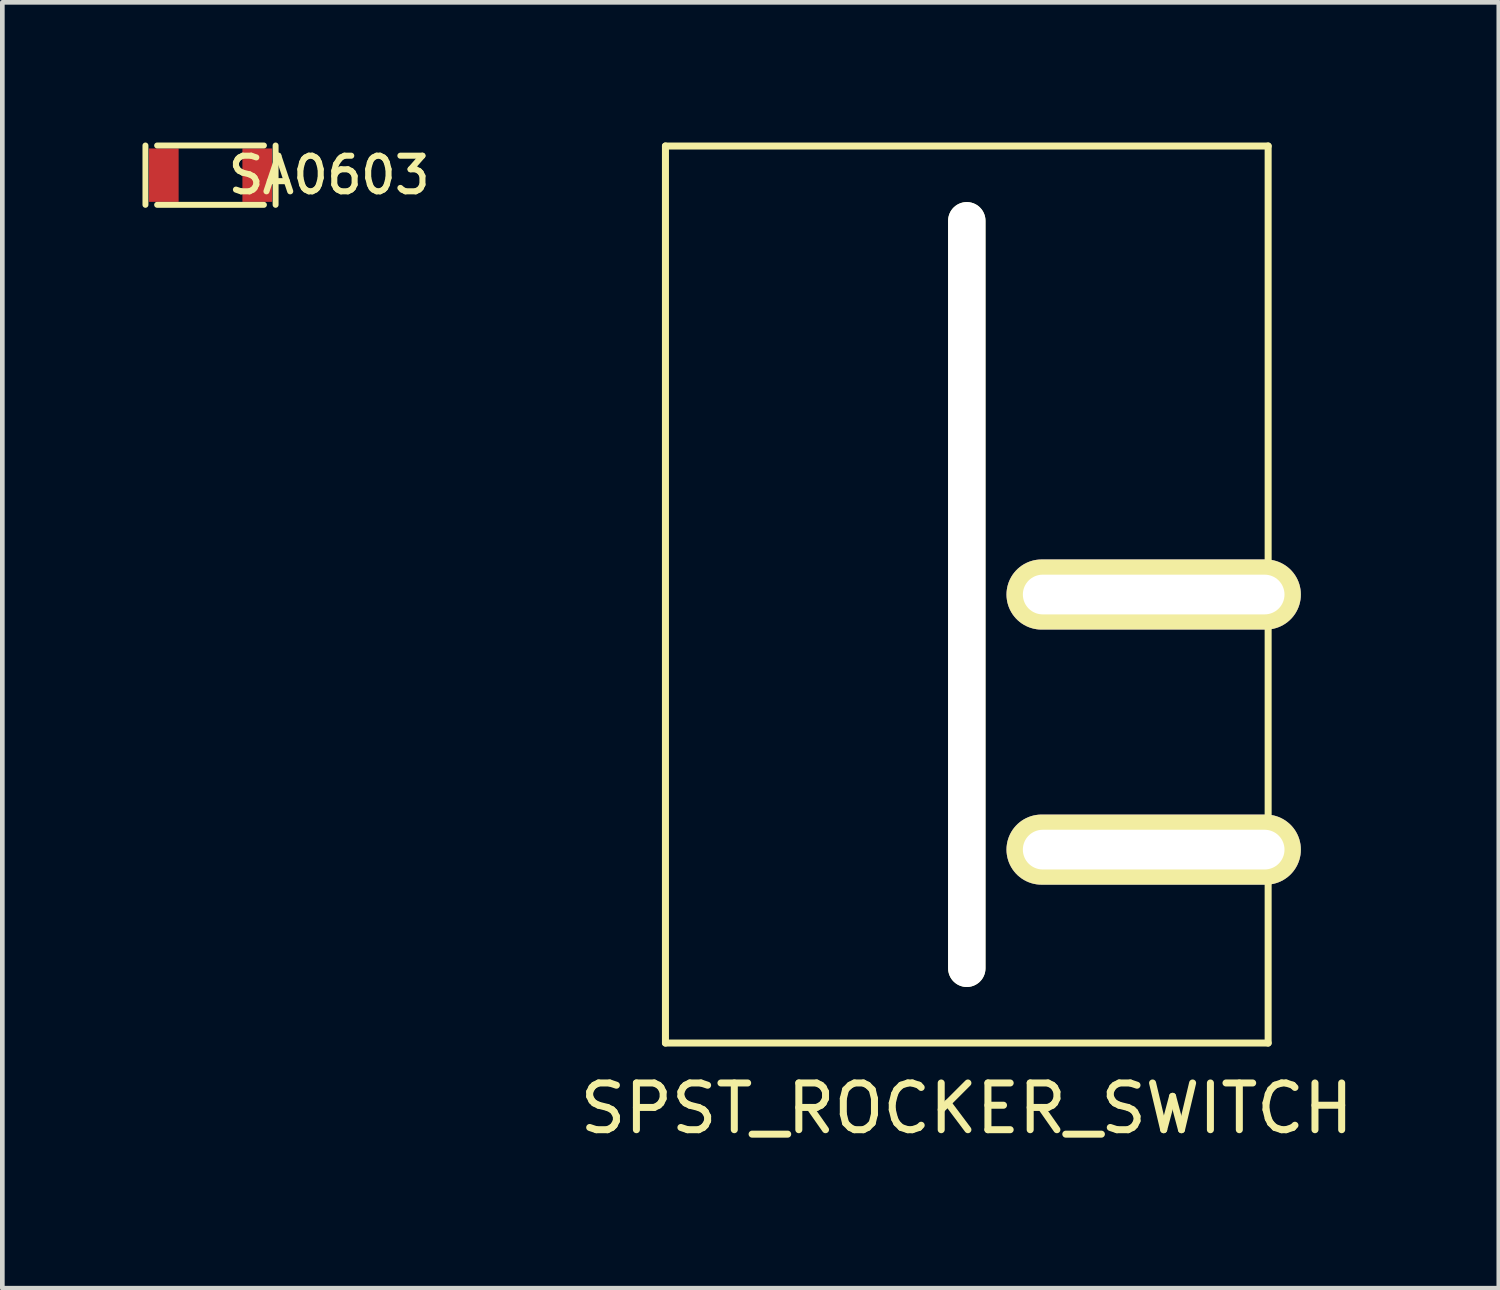
<source format=kicad_pcb>
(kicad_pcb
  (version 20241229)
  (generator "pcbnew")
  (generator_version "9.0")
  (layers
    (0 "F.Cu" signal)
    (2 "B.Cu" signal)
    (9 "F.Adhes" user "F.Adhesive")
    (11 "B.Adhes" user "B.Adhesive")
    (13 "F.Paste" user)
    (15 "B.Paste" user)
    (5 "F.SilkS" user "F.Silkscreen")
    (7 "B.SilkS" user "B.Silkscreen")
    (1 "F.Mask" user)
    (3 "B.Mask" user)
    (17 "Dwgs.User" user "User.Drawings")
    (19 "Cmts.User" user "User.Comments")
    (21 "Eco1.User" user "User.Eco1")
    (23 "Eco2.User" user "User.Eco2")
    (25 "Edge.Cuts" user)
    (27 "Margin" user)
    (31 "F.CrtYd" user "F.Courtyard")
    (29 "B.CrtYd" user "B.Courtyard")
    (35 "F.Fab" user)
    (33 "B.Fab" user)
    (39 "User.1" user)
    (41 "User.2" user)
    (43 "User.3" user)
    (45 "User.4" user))
  (footprint "SPST_ROCKER_SWITCH"
    (layer "F.Cu")
    (at 17.643 9.675)
    (property "Reference" "SPST_ROCKER_SWITCH" (at 0 11 0) (layer "F.SilkS") (effects (font (size 1 1) (thickness 0.15))))
    (attr through_hole)
    (fp_line (start -6.45 -9.6) (end -6.45 9.6) (stroke (width 0.15) (type solid)) (layer "F.SilkS"))
    (fp_line (start -6.45 9.6) (end 6.45 9.6) (stroke (width 0.15) (type solid)) (layer "F.SilkS"))
    (fp_line (start 6.45 -9.6) (end -6.45 -9.6) (stroke (width 0.15) (type solid)) (layer "F.SilkS"))
    (fp_line (start 6.45 9.6) (end 6.45 -9.6) (stroke (width 0.15) (type solid)) (layer "F.SilkS"))
    (pad "" np_thru_hole oval (at 0 0) (size 0.8 16.8) (drill oval 0.8 16.8) (layers "*.Cu" "*.Mask" "F.SilkS"))
    (pad "1" thru_hole oval (at 4 0) (size 6.3 1.5) (drill oval 5.6 0.85) (layers "*.Cu" "*.Mask" "F.SilkS"))
    (pad "2" thru_hole oval (at 4 5.46) (size 6.3 1.5) (drill oval 5.6 0.85) (layers "*.Cu" "*.Mask" "F.SilkS")))
  (footprint "SA0603"
    (layer "F.Cu")
    (at 1.456 0.699)
    (property "Reference" "SA0603" (at 2.54 0 0) (layer "F.SilkS") (effects (font (size 0.762 0.762) (thickness 0.13))))
    (attr smd)
    (fp_line (start -1.393 0.635) (end -1.393 -0.635) (stroke (width 0.127) (type solid)) (layer "F.SilkS"))
    (fp_line (start -1.143 -0.635) (end 1.143 -0.635) (stroke (width 0.127) (type solid)) (layer "F.SilkS"))
    (fp_line (start 1.143 0.635) (end -1.143 0.635) (stroke (width 0.127) (type solid)) (layer "F.SilkS"))
    (fp_line (start 1.393 -0.635) (end 1.393 0.635) (stroke (width 0.127) (type solid)) (layer "F.SilkS"))
    (pad "1" smd rect (at -1 0) (size 0.635 1.143) (layers "F.Cu" "F.Mask" "F.Paste"))
    (pad "2" smd rect (at 1 0) (size 0.635 1.143) (layers "F.Cu" "F.Mask" "F.Paste")))
  (gr_rect
    (start -3 -3)
    (end 29.03 24.523)
    (stroke (width 0.1) (type default))
    (fill no)
    (layer "Edge.Cuts")))
</source>
